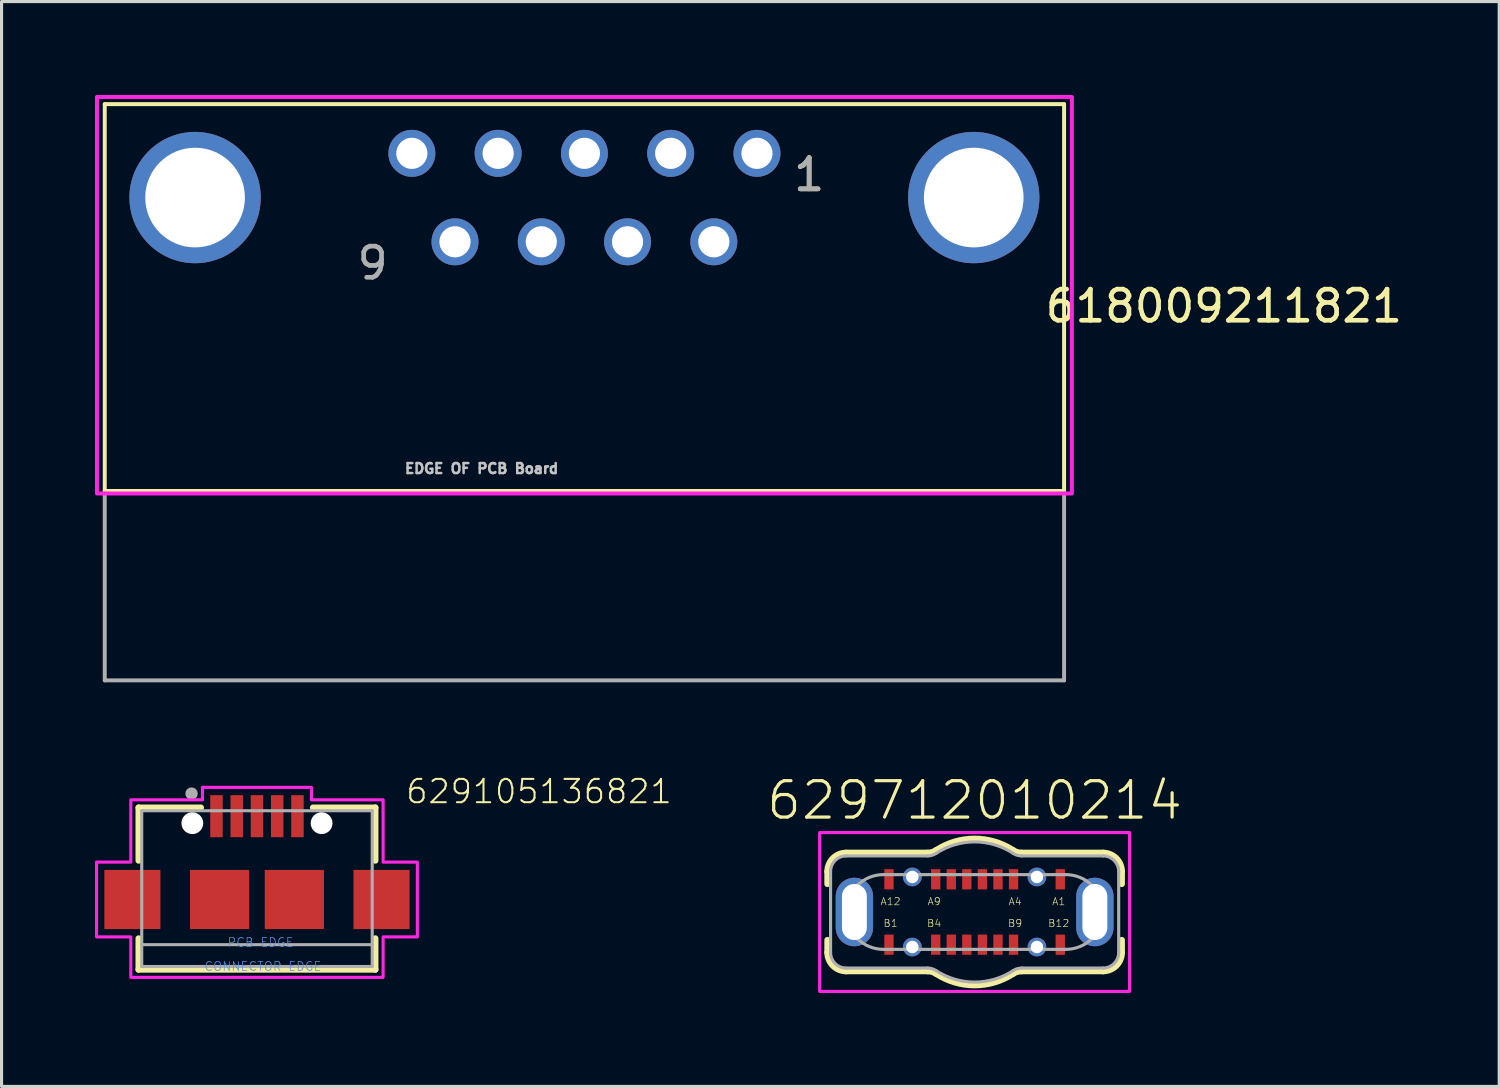
<source format=kicad_pcb>
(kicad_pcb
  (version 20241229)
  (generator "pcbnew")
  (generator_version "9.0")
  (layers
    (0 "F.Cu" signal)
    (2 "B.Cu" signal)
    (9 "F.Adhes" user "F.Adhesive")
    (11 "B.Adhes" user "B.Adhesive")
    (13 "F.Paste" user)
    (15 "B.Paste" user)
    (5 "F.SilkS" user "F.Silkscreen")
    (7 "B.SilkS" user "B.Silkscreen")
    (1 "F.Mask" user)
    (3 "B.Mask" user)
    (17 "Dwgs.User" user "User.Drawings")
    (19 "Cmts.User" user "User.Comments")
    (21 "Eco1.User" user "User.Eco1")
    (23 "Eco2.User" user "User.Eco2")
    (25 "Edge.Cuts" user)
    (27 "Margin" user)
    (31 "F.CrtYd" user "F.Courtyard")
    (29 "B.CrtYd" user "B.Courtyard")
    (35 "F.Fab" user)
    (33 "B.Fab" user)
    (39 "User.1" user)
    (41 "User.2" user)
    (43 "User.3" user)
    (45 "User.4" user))
  (footprint "618009211821"
    (layer "F.Cu")
    (at 15.713 3.293)
    (property "Reference" "618009211821" (at 20.53 3.485 0) (layer "F.SilkS") (effects (font (size 1 1) (thickness 0.15))))
    (attr through_hole)
    (fp_line (start -15.4 -3) (end 15.4 -3) (stroke (width 0.127) (type solid)) (layer "F.SilkS"))
    (fp_line (start -15.4 9.42) (end -15.4 -3) (stroke (width 0.127) (type solid)) (layer "F.SilkS"))
    (fp_line (start 15.4 -3) (end 15.4 9.42) (stroke (width 0.127) (type solid)) (layer "F.SilkS"))
    (fp_line (start 15.4 9.42) (end -15.4 9.42) (stroke (width 0.127) (type solid)) (layer "F.SilkS"))
    (fp_poly (pts (xy -15.65 -3.23) (xy 15.65 -3.23) (xy 15.65 9.5) (xy -15.65 9.5)) (stroke (width 0.127) (type solid)) (fill no) (layer "F.CrtYd"))
    (fp_line (start -15.4 15.5) (end -15.4 9.5) (stroke (width 0.127) (type solid)) (layer "F.Fab"))
    (fp_line (start 15.4 9.5) (end 15.4 15.5) (stroke (width 0.127) (type solid)) (layer "F.Fab"))
    (fp_line (start 15.4 15.5) (end -15.4 15.5) (stroke (width 0.127) (type solid)) (layer "F.Fab"))
    (fp_text user "1" (at 7.215 -0.735 0) (layer "F.SilkS") (effects (font (size 1 1) (thickness 0.15))))
    (fp_text user "EDGE OF PCB Board" (at -3.3 8.7 0) (layer "Dwgs.User") (effects (font (size 0.32 0.32) (thickness 0.15))))
    (fp_text user "1" (at 7.215 -0.735 0) (layer "F.Fab") (effects (font (size 1 1) (thickness 0.15))))
    (fp_text user "9" (at -6.8 2.105 0) (layer "F.Fab") (effects (font (size 1 1) (thickness 0.15))))
    (pad "1" thru_hole circle (at 5.54 -1.42) (size 1.508 1.508) (drill 1) (layers "*.Cu" "*.Mask"))
    (pad "2" thru_hole circle (at 2.77 -1.42) (size 1.508 1.508) (drill 1) (layers "*.Cu" "*.Mask"))
    (pad "3" thru_hole circle (at 0 -1.42) (size 1.508 1.508) (drill 1) (layers "*.Cu" "*.Mask"))
    (pad "4" thru_hole circle (at -2.77 -1.42) (size 1.508 1.508) (drill 1) (layers "*.Cu" "*.Mask"))
    (pad "5" thru_hole circle (at -5.54 -1.42) (size 1.508 1.508) (drill 1) (layers "*.Cu" "*.Mask"))
    (pad "6" thru_hole circle (at 4.155 1.42) (size 1.508 1.508) (drill 1) (layers "*.Cu" "*.Mask"))
    (pad "7" thru_hole circle (at 1.385 1.42) (size 1.508 1.508) (drill 1) (layers "*.Cu" "*.Mask"))
    (pad "8" thru_hole circle (at -1.385 1.42) (size 1.508 1.508) (drill 1) (layers "*.Cu" "*.Mask"))
    (pad "9" thru_hole circle (at -4.155 1.42) (size 1.508 1.508) (drill 1) (layers "*.Cu" "*.Mask"))
    (pad "Z1" thru_hole circle (at -12.5 0) (size 4.216 4.216) (drill 3.2) (layers "*.Cu" "*.Mask"))
    (pad "Z2" thru_hole circle (at 12.5 0) (size 4.216 4.216) (drill 3.2) (layers "*.Cu" "*.Mask")))
  (footprint "629712010214"
    (layer "F.Cu")
    (at 28.241 26.23)
    (property "Reference" "629712010214" (at 0 -2.9 0) (layer "F.SilkS") (effects (font (size 1.168 1.168) (thickness 0.102)) (justify bottom)))
    (fp_poly (pts (xy -3.605 -1.174) (xy -3.451 -1.093) (xy -3.321 -0.978) (xy -3.222 -0.835) (xy -3.161 -0.672) (xy -3.14 -0.503) (xy -3.14 0.45) (xy -3.24 0.45) (xy -3.24 0.5) (xy -3.19 0.5) (xy -3.14 0.506) (xy -3.161 0.672) (xy -3.222 0.835) (xy -3.321 0.978) (xy -3.451 1.093) (xy -3.605 1.174) (xy -3.773 1.215) (xy -3.947 1.215) (xy -4.115 1.174) (xy -4.269 1.093) (xy -4.399 0.978) (xy -4.498 0.835) (xy -4.559 0.672) (xy -4.58 0.503) (xy -4.58 -0.55) (xy -4.574 -0.55) (xy -4.559 -0.672) (xy -4.498 -0.835) (xy -4.399 -0.978) (xy -4.269 -1.093) (xy -4.115 -1.174) (xy -3.947 -1.215) (xy -3.773 -1.215)) (stroke (width 0) (type solid)) (fill yes) (layer "F.Mask"))
    (fp_poly (pts (xy -3.605 -1.174) (xy -3.451 -1.093) (xy -3.321 -0.978) (xy -3.222 -0.835) (xy -3.161 -0.672) (xy -3.14 -0.503) (xy -3.14 0.45) (xy -3.24 0.45) (xy -3.24 0.5) (xy -3.19 0.5) (xy -3.14 0.506) (xy -3.161 0.672) (xy -3.222 0.835) (xy -3.321 0.978) (xy -3.451 1.093) (xy -3.605 1.174) (xy -3.773 1.215) (xy -3.947 1.215) (xy -4.115 1.174) (xy -4.269 1.093) (xy -4.399 0.978) (xy -4.498 0.835) (xy -4.559 0.672) (xy -4.58 0.503) (xy -4.58 -0.55) (xy -4.574 -0.55) (xy -4.559 -0.672) (xy -4.498 -0.835) (xy -4.399 -0.978) (xy -4.269 -1.093) (xy -4.115 -1.174) (xy -3.947 -1.215) (xy -3.773 -1.215)) (stroke (width 0) (type solid)) (fill yes) (layer "F.Mask"))
    (fp_poly (pts (xy 4.115 -1.174) (xy 4.269 -1.093) (xy 4.399 -0.978) (xy 4.498 -0.835) (xy 4.559 -0.672) (xy 4.58 -0.503) (xy 4.58 0.45) (xy 4.48 0.45) (xy 4.48 0.5) (xy 4.53 0.5) (xy 4.58 0.506) (xy 4.559 0.672) (xy 4.498 0.835) (xy 4.399 0.978) (xy 4.269 1.093) (xy 4.115 1.174) (xy 3.947 1.215) (xy 3.773 1.215) (xy 3.605 1.174) (xy 3.451 1.093) (xy 3.321 0.978) (xy 3.222 0.835) (xy 3.161 0.672) (xy 3.14 0.503) (xy 3.14 -0.55) (xy 3.146 -0.55) (xy 3.161 -0.672) (xy 3.222 -0.835) (xy 3.321 -0.978) (xy 3.451 -1.093) (xy 3.605 -1.174) (xy 3.773 -1.215) (xy 3.947 -1.215)) (stroke (width 0) (type solid)) (fill yes) (layer "F.Mask"))
    (fp_poly (pts (xy -3.605 -1.174) (xy -3.451 -1.093) (xy -3.321 -0.978) (xy -3.222 -0.835) (xy -3.161 -0.672) (xy -3.14 -0.503) (xy -3.14 0.45) (xy -3.24 0.45) (xy -3.24 0.5) (xy -3.19 0.5) (xy -3.14 0.506) (xy -3.161 0.672) (xy -3.222 0.835) (xy -3.321 0.978) (xy -3.451 1.093) (xy -3.605 1.174) (xy -3.773 1.215) (xy -3.947 1.215) (xy -4.115 1.174) (xy -4.269 1.093) (xy -4.399 0.978) (xy -4.498 0.835) (xy -4.559 0.672) (xy -4.58 0.503) (xy -4.58 -0.55) (xy -4.574 -0.55) (xy -4.559 -0.672) (xy -4.498 -0.835) (xy -4.399 -0.978) (xy -4.269 -1.093) (xy -4.115 -1.174) (xy -3.947 -1.215) (xy -3.773 -1.215)) (stroke (width 0) (type solid)) (fill yes) (layer "B.Mask"))
    (fp_poly (pts (xy 4.115 -1.174) (xy 4.269 -1.093) (xy 4.399 -0.978) (xy 4.498 -0.835) (xy 4.559 -0.672) (xy 4.58 -0.503) (xy 4.58 0.45) (xy 4.48 0.45) (xy 4.48 0.5) (xy 4.53 0.5) (xy 4.58 0.506) (xy 4.559 0.672) (xy 4.498 0.835) (xy 4.399 0.978) (xy 4.269 1.093) (xy 4.115 1.174) (xy 3.947 1.215) (xy 3.773 1.215) (xy 3.605 1.174) (xy 3.451 1.093) (xy 3.321 0.978) (xy 3.222 0.835) (xy 3.161 0.672) (xy 3.14 0.503) (xy 3.14 -0.55) (xy 3.146 -0.55) (xy 3.161 -0.672) (xy 3.222 -0.835) (xy 3.321 -0.978) (xy 3.451 -1.093) (xy 3.605 -1.174) (xy 3.773 -1.215) (xy 3.947 -1.215)) (stroke (width 0) (type solid)) (fill yes) (layer "B.Mask"))
    (fp_line (start -4.725 -0.9) (end -4.725 -1.3) (stroke (width 0.2) (type solid)) (layer "F.SilkS"))
    (fp_line (start -4.725 1.3) (end -4.725 0.9) (stroke (width 0.2) (type solid)) (layer "F.SilkS"))
    (fp_line (start -4.125 -1.9) (end -1.505 -1.9) (stroke (width 0.2) (type solid)) (layer "F.SilkS"))
    (fp_line (start -1.505 1.9) (end -4.125 1.9) (stroke (width 0.2) (type solid)) (layer "F.SilkS"))
    (fp_line (start 1.505 -1.9) (end 4.125 -1.9) (stroke (width 0.2) (type solid)) (layer "F.SilkS"))
    (fp_line (start 4.125 1.9) (end 1.505 1.9) (stroke (width 0.2) (type solid)) (layer "F.SilkS"))
    (fp_line (start 4.725 -1.3) (end 4.725 -0.9) (stroke (width 0.2) (type solid)) (layer "F.SilkS"))
    (fp_line (start 4.725 0.9) (end 4.725 1.3) (stroke (width 0.2) (type solid)) (layer "F.SilkS"))
    (fp_arc (start -4.725 -1.3) (mid -4.549264 -1.724264) (end -4.125 -1.9) (stroke (width 0.2) (type solid)) (layer "F.SilkS"))
    (fp_arc (start -4.125 1.9) (mid -4.549264 1.724264) (end -4.725 1.3) (stroke (width 0.2) (type solid)) (layer "F.SilkS"))
    (fp_arc (start -1.505 1.9) (mid -1.366858 1.92131) (end -1.24 1.98) (stroke (width 0.2) (type solid)) (layer "F.SilkS"))
    (fp_arc (start -1.24 -1.98) (mid -1.366858 -1.92131) (end -1.505 -1.9) (stroke (width 0.2) (type solid)) (layer "F.SilkS"))
    (fp_arc (start -1.24 -1.98) (mid 0 -2.350856) (end 1.240001 -1.98) (stroke (width 0.2) (type solid)) (layer "F.SilkS"))
    (fp_arc (start 1.24 1.98) (mid 0 2.350856) (end -1.240001 1.98) (stroke (width 0.2) (type solid)) (layer "F.SilkS"))
    (fp_arc (start 1.24 1.98) (mid 1.366858 1.92131) (end 1.505 1.9) (stroke (width 0.2) (type solid)) (layer "F.SilkS"))
    (fp_arc (start 1.505 -1.9) (mid 1.366858 -1.92131) (end 1.24 -1.98) (stroke (width 0.2) (type solid)) (layer "F.SilkS"))
    (fp_arc (start 4.125 -1.9) (mid 4.549264 -1.724264) (end 4.725 -1.3) (stroke (width 0.2) (type solid)) (layer "F.SilkS"))
    (fp_arc (start 4.725 1.3) (mid 4.549264 1.724264) (end 4.125 1.9) (stroke (width 0.2) (type solid)) (layer "F.SilkS"))
    (fp_poly (pts (xy 4.975 2.55) (xy -4.975 2.55) (xy -4.975 -2.55) (xy 4.975 -2.55)) (stroke (width 0.1) (type solid)) (fill no) (layer "F.CrtYd"))
    (fp_line (start -4.625 1.3) (end -4.625 -1.3) (stroke (width 0.1) (type solid)) (layer "F.Fab"))
    (fp_line (start -4.125 -1.8) (end -1.505 -1.8) (stroke (width 0.1) (type solid)) (layer "F.Fab"))
    (fp_line (start -2.925 -1.2) (end 2.925 -1.2) (stroke (width 0.1) (type solid)) (layer "F.Fab"))
    (fp_line (start -1.505 1.8) (end -4.125 1.8) (stroke (width 0.1) (type solid)) (layer "F.Fab"))
    (fp_line (start 1.505 -1.8) (end 4.125 -1.8) (stroke (width 0.1) (type solid)) (layer "F.Fab"))
    (fp_line (start 2.925 1.2) (end -2.925 1.2) (stroke (width 0.1) (type solid)) (layer "F.Fab"))
    (fp_line (start 4.125 1.8) (end 1.505 1.8) (stroke (width 0.1) (type solid)) (layer "F.Fab"))
    (fp_line (start 4.625 -1.3) (end 4.625 1.3) (stroke (width 0.1) (type solid)) (layer "F.Fab"))
    (fp_arc (start -4.625 -1.3) (mid -4.478553 -1.653553) (end -4.125 -1.8) (stroke (width 0.1) (type solid)) (layer "F.Fab"))
    (fp_arc (start -4.125 1.8) (mid -4.478553 1.653553) (end -4.625 1.3) (stroke (width 0.1) (type solid)) (layer "F.Fab"))
    (fp_arc (start -2.925 1.2) (mid -4.125 0) (end -2.925 -1.2) (stroke (width 0.1) (type solid)) (layer "F.Fab"))
    (fp_arc (start -1.505 1.8) (mid -1.366858 1.82131) (end -1.24 1.88) (stroke (width 0.1) (type solid)) (layer "F.Fab"))
    (fp_arc (start -1.24 -1.88) (mid -1.366858 -1.82131) (end -1.505 -1.8) (stroke (width 0.1) (type solid)) (layer "F.Fab"))
    (fp_arc (start -1.24 -1.88) (mid 0 -2.250856) (end 1.24 -1.88) (stroke (width 0.1) (type solid)) (layer "F.Fab"))
    (fp_arc (start 1.24 1.88) (mid 0 2.250856) (end -1.24 1.88) (stroke (width 0.1) (type solid)) (layer "F.Fab"))
    (fp_arc (start 1.24 1.88) (mid 1.366858 1.82131) (end 1.505 1.8) (stroke (width 0.1) (type solid)) (layer "F.Fab"))
    (fp_arc (start 1.505 -1.8) (mid 1.366858 -1.82131) (end 1.24 -1.88) (stroke (width 0.1) (type solid)) (layer "F.Fab"))
    (fp_arc (start 2.925 -1.2) (mid 4.125 0) (end 2.925 1.2) (stroke (width 0.1) (type solid)) (layer "F.Fab"))
    (fp_arc (start 4.125 -1.8) (mid 4.478553 -1.653553) (end 4.625 -1.3) (stroke (width 0.1) (type solid)) (layer "F.Fab"))
    (fp_arc (start 4.625 1.3) (mid 4.478553 1.653553) (end 4.125 1.8) (stroke (width 0.1) (type solid)) (layer "F.Fab"))
    (fp_text user "A4" (at 1.3 -0.2 0) (layer "F.SilkS") (effects (font (size 0.234 0.234) (thickness 0.02)) (justify bottom)))
    (fp_text user "B9" (at 1.3 0.5 0) (layer "F.SilkS") (effects (font (size 0.234 0.234) (thickness 0.02)) (justify bottom)))
    (fp_text user "A12" (at -2.7 -0.2 0) (layer "F.SilkS") (effects (font (size 0.234 0.234) (thickness 0.02)) (justify bottom)))
    (fp_text user "B12" (at 2.7 0.5 0) (layer "F.SilkS") (effects (font (size 0.234 0.234) (thickness 0.02)) (justify bottom)))
    (fp_text user "A1" (at 2.7 -0.2 0) (layer "F.SilkS") (effects (font (size 0.234 0.234) (thickness 0.02)) (justify bottom)))
    (fp_text user "B4" (at -1.3 0.5 0) (layer "F.SilkS") (effects (font (size 0.234 0.234) (thickness 0.02)) (justify bottom)))
    (fp_text user "A9" (at -1.3 -0.2 0) (layer "F.SilkS") (effects (font (size 0.234 0.234) (thickness 0.02)) (justify bottom)))
    (fp_text user "B1" (at -2.7 0.5 0) (layer "F.SilkS") (effects (font (size 0.234 0.234) (thickness 0.02)) (justify bottom)))
    (fp_text user "PCB CUTOUT AREA" (at -3.9 0 90) (layer "Cmts.User") (effects (font (size 0.117 0.117) (thickness 0.01))))
    (fp_text user "PCB CUTOUT AREA" (at 3.9 0 90) (layer "Cmts.User") (effects (font (size 0.117 0.117) (thickness 0.01))))
    (pad "A1" smd rect (at 2.75 -1.05 180) (size 0.3 0.65) (layers "F.Cu" "F.Mask" "F.Paste"))
    (pad "A4" smd rect (at 1.25 -1.05 180) (size 0.3 0.65) (layers "F.Cu" "F.Mask" "F.Paste"))
    (pad "A5" smd rect (at 0.75 -1.05 180) (size 0.3 0.65) (layers "F.Cu" "F.Mask" "F.Paste"))
    (pad "A6" smd rect (at 0.25 -1.05 180) (size 0.3 0.65) (layers "F.Cu" "F.Mask" "F.Paste"))
    (pad "A7" smd rect (at -0.25 -1.05 180) (size 0.3 0.65) (layers "F.Cu" "F.Mask" "F.Paste"))
    (pad "A8" smd rect (at -0.75 -1.05 180) (size 0.3 0.65) (layers "F.Cu" "F.Mask" "F.Paste"))
    (pad "A9" smd rect (at -1.25 -1.05 180) (size 0.3 0.65) (layers "F.Cu" "F.Mask" "F.Paste"))
    (pad "A12" smd rect (at -2.75 -1.05 180) (size 0.3 0.65) (layers "F.Cu" "F.Mask" "F.Paste"))
    (pad "B1" smd rect (at -2.75 1.05 180) (size 0.3 0.65) (layers "F.Cu" "F.Mask" "F.Paste"))
    (pad "B4" smd rect (at -1.25 1.05 180) (size 0.3 0.65) (layers "F.Cu" "F.Mask" "F.Paste"))
    (pad "B5" smd rect (at -0.75 1.05 180) (size 0.3 0.65) (layers "F.Cu" "F.Mask" "F.Paste"))
    (pad "B6" smd rect (at -0.25 1.05 180) (size 0.3 0.65) (layers "F.Cu" "F.Mask" "F.Paste"))
    (pad "B7" smd rect (at 0.25 1.05 180) (size 0.3 0.65) (layers "F.Cu" "F.Mask" "F.Paste"))
    (pad "B8" smd rect (at 0.75 1.05 180) (size 0.3 0.65) (layers "F.Cu" "F.Mask" "F.Paste"))
    (pad "B9" smd rect (at 1.25 1.05 180) (size 0.3 0.65) (layers "F.Cu" "F.Mask" "F.Paste"))
    (pad "B12" smd rect (at 2.75 1.05 180) (size 0.3 0.65) (layers "F.Cu" "F.Mask" "F.Paste"))
    (pad "S1" thru_hole oval (at -3.86 0) (size 1.2 2.2) (drill oval 0.8 1.8) (layers "*.Cu"))
    (pad "S1" thru_hole circle (at -2 -1.125) (size 0.6 0.6) (drill 0.4) (layers "*.Cu" "*.Mask"))
    (pad "S1" thru_hole circle (at -2 1.125 180) (size 0.6 0.6) (drill 0.4) (layers "*.Cu" "*.Mask"))
    (pad "S1" thru_hole circle (at 2 -1.125) (size 0.6 0.6) (drill 0.4) (layers "*.Cu" "*.Mask"))
    (pad "S1" thru_hole circle (at 2 1.125 180) (size 0.6 0.6) (drill 0.4) (layers "*.Cu" "*.Mask"))
    (pad "S1" thru_hole oval (at 3.86 0) (size 1.2 2.2) (drill oval 0.8 1.8) (layers "*.Cu")))
  (footprint "629105136821"
    (layer "F.Cu")
    (at 5.2 25.479)
    (property "Reference" "629105136821" (at 4.737 -2.679 0) (layer "F.SilkS") (effects (font (size 0.748 0.748) (thickness 0.065)) (justify left bottom)))
    (fp_line (start -3.8 -2.6) (end -3.8 -0.9) (stroke (width 0.2) (type solid)) (layer "F.SilkS"))
    (fp_line (start -3.8 1.6) (end -3.8 2.6) (stroke (width 0.2) (type solid)) (layer "F.SilkS"))
    (fp_line (start -3.8 2.6) (end 3.8 2.6) (stroke (width 0.2) (type solid)) (layer "F.SilkS"))
    (fp_line (start -1.8 -2.6) (end -3.8 -2.6) (stroke (width 0.2) (type solid)) (layer "F.SilkS"))
    (fp_line (start 1.8 -2.6) (end 3.8 -2.6) (stroke (width 0.2) (type solid)) (layer "F.SilkS"))
    (fp_line (start 3.8 -2.6) (end 3.8 -0.9) (stroke (width 0.2) (type solid)) (layer "F.SilkS"))
    (fp_line (start 3.8 2.6) (end 3.8 1.6) (stroke (width 0.2) (type solid)) (layer "F.SilkS"))
    (fp_poly (pts (xy 1.75 -2.85) (xy 4.05 -2.85) (xy 4.05 -0.85) (xy 5.15 -0.85) (xy 5.15 1.55) (xy 4.05 1.55) (xy 4.05 2.85) (xy -4.05 2.85) (xy -4.05 1.55) (xy -5.15 1.55) (xy -5.15 -0.85) (xy -4.05 -0.85) (xy -4.05 -2.85) (xy -1.75 -2.85) (xy -1.75 -3.25) (xy 1.75 -3.25)) (stroke (width 0.1) (type solid)) (fill no) (layer "F.CrtYd"))
    (fp_line (start -3.7 -2.5) (end 3.7 -2.5) (stroke (width 0.1) (type solid)) (layer "F.Fab"))
    (fp_line (start -3.7 1.8) (end -3.7 -2.5) (stroke (width 0.1) (type solid)) (layer "F.Fab"))
    (fp_line (start -3.7 1.8) (end 3.7 1.8) (stroke (width 0.1) (type solid)) (layer "F.Fab"))
    (fp_line (start -3.7 2.5) (end -3.7 1.8) (stroke (width 0.1) (type solid)) (layer "F.Fab"))
    (fp_line (start 3.7 -2.5) (end 3.7 1.8) (stroke (width 0.1) (type solid)) (layer "F.Fab"))
    (fp_line (start 3.7 1.8) (end 3.7 2.5) (stroke (width 0.1) (type solid)) (layer "F.Fab"))
    (fp_line (start 3.7 2.5) (end -3.7 2.5) (stroke (width 0.1) (type solid)) (layer "F.Fab"))
    (fp_circle (center -2.1 -3.05) (end -2 -3.05) (stroke (width 0.2) (type solid)) (fill no) (layer "F.Fab"))
    (fp_text user "PCB EDGE" (at -0.96 1.89 0) (layer "Cmts.User") (effects (font (size 0.28 0.28) (thickness 0.024)) (justify left bottom)))
    (fp_text user "CONNECTOR EDGE" (at -1.705 2.66 0) (layer "Cmts.User") (effects (font (size 0.28 0.28) (thickness 0.024)) (justify left bottom)))
    (pad "" np_thru_hole circle (at -2.075 -2.1) (size 0.7 0.7) (drill 0.7) (layers "*.Cu" "*.Mask"))
    (pad "" np_thru_hole circle (at 2.075 -2.1) (size 0.7 0.7) (drill 0.7) (layers "*.Cu" "*.Mask"))
    (pad "1" smd rect (at -1.3 -2.325) (size 0.4 1.35) (layers "F.Cu" "F.Mask" "F.Paste"))
    (pad "2" smd rect (at -0.65 -2.325) (size 0.4 1.35) (layers "F.Cu" "F.Mask" "F.Paste"))
    (pad "3" smd rect (at 0 -2.325) (size 0.4 1.35) (layers "F.Cu" "F.Mask" "F.Paste"))
    (pad "4" smd rect (at 0.65 -2.325) (size 0.4 1.35) (layers "F.Cu" "F.Mask" "F.Paste"))
    (pad "5" smd rect (at 1.3 -2.325) (size 0.4 1.35) (layers "F.Cu" "F.Mask" "F.Paste"))
    (pad "6" smd rect (at -4 0.35) (size 1.8 1.9) (layers "F.Cu" "F.Mask" "F.Paste"))
    (pad "6" smd rect (at -1.2 0.35) (size 1.9 1.9) (layers "F.Cu" "F.Mask" "F.Paste"))
    (pad "6" smd rect (at 1.2 0.35) (size 1.9 1.9) (layers "F.Cu" "F.Mask" "F.Paste"))
    (pad "6" smd rect (at 4 0.35) (size 1.8 1.9) (layers "F.Cu" "F.Mask" "F.Paste")))
  (gr_rect
    (start -3 -3)
    (end 45.083 31.83)
    (stroke (width 0.1) (type default))
    (fill no)
    (layer "Edge.Cuts")))
</source>
